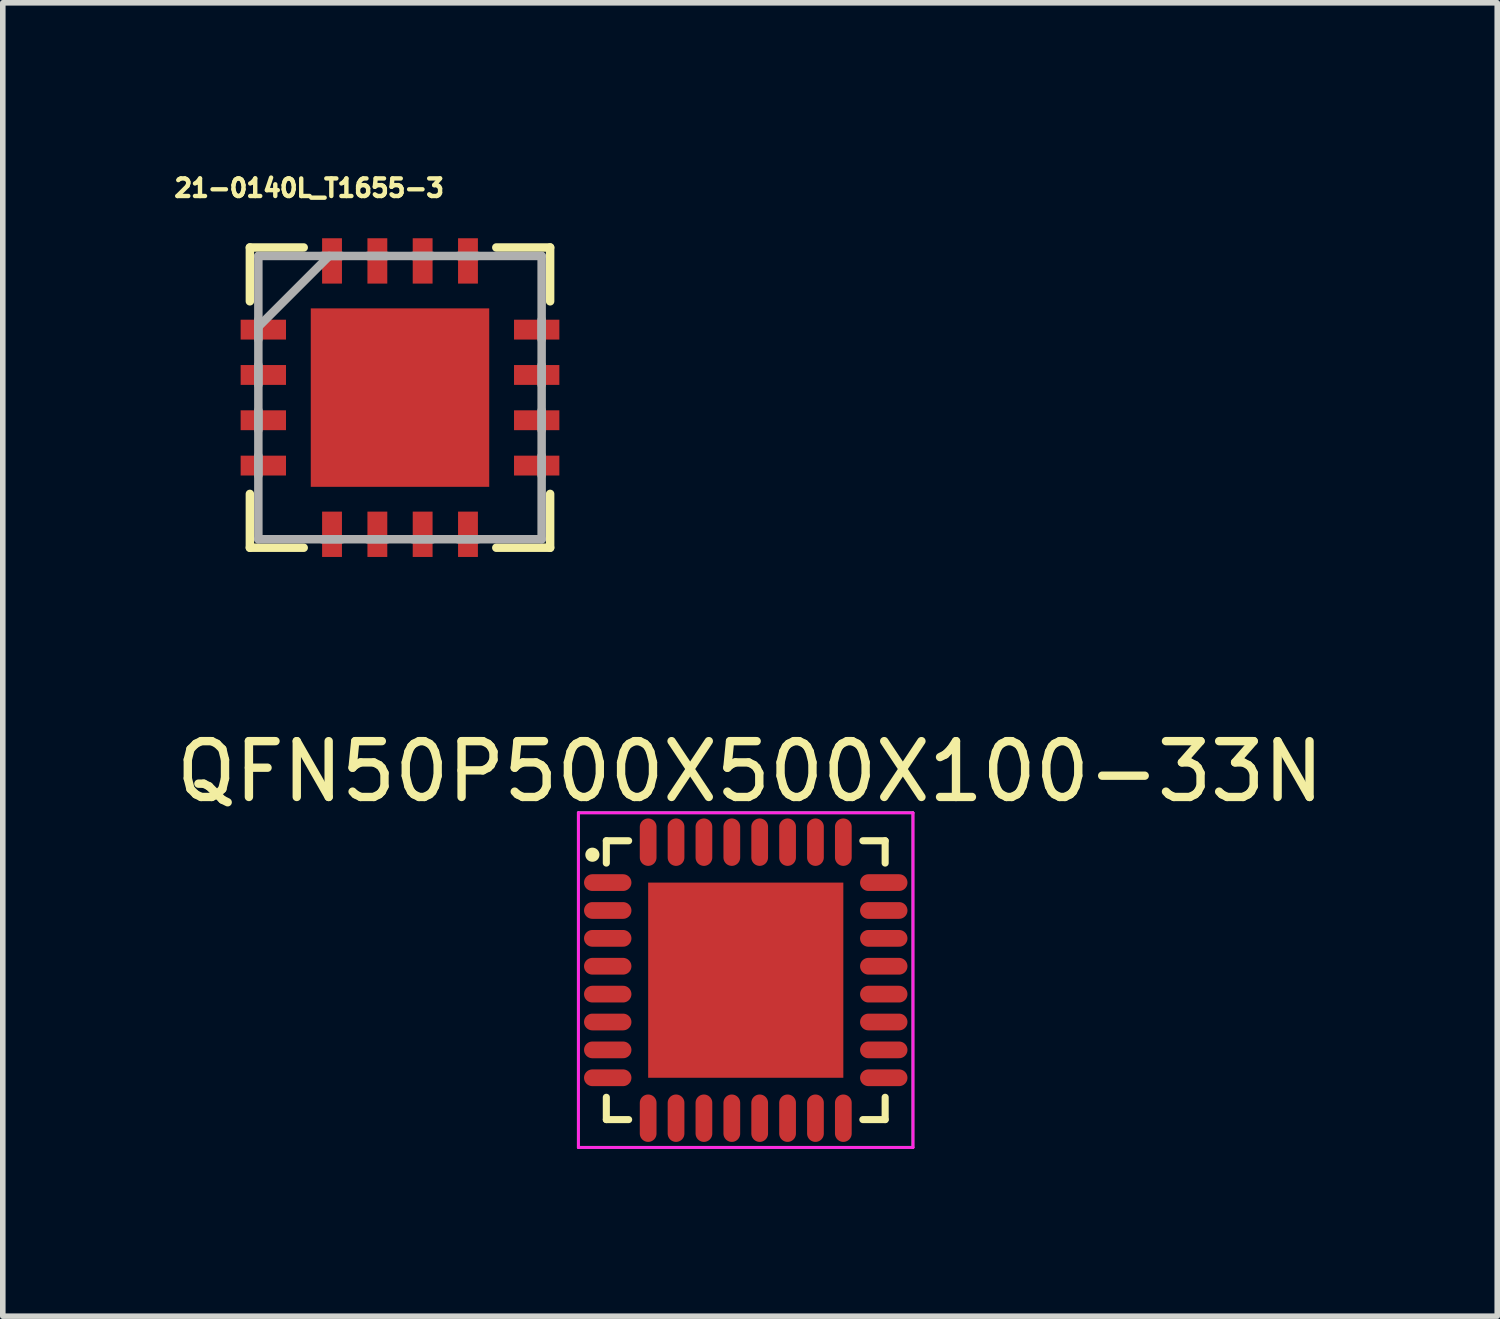
<source format=kicad_pcb>
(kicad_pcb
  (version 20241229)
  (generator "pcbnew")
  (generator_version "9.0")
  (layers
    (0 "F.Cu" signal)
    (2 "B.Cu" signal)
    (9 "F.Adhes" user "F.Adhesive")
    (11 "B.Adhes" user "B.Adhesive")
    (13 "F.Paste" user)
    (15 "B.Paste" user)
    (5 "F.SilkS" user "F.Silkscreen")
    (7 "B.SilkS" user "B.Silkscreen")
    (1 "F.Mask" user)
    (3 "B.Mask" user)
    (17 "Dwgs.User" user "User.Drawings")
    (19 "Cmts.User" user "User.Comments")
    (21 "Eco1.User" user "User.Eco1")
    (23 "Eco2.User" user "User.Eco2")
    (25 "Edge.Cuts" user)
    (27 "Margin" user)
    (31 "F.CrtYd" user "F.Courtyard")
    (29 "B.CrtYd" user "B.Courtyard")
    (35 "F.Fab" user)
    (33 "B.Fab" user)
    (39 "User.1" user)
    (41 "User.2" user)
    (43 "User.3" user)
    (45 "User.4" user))
  (footprint "21-0140L_T1655-3"
    (layer "F.Cu")
    (at 4.123 4.08)
    (property "Reference" "21-0140L_T1655-3" (at -1.629 -3.757 0) (layer "F.SilkS") (effects (font (size 0.315 0.315) (thickness 0.15))))
    (attr smd)
    (fp_line (start -2.692 -2.692) (end -2.692 -1.727) (stroke (width 0.152) (type solid)) (layer "F.SilkS"))
    (fp_line (start -2.692 1.727) (end -2.692 2.692) (stroke (width 0.152) (type solid)) (layer "F.SilkS"))
    (fp_line (start -2.692 2.692) (end -1.727 2.692) (stroke (width 0.152) (type solid)) (layer "F.SilkS"))
    (fp_line (start -1.727 -2.692) (end -2.692 -2.692) (stroke (width 0.152) (type solid)) (layer "F.SilkS"))
    (fp_line (start 1.727 2.692) (end 2.692 2.692) (stroke (width 0.152) (type solid)) (layer "F.SilkS"))
    (fp_line (start 2.692 -2.692) (end 1.727 -2.692) (stroke (width 0.152) (type solid)) (layer "F.SilkS"))
    (fp_line (start 2.692 -1.727) (end 2.692 -2.692) (stroke (width 0.152) (type solid)) (layer "F.SilkS"))
    (fp_line (start 2.692 2.692) (end 2.692 1.727) (stroke (width 0.152) (type solid)) (layer "F.SilkS"))
    (fp_poly (pts (xy -1.5 -1.5) (xy -1.5 -0.1) (xy -0.1 -0.1) (xy -0.1 -1.5)) (stroke (width 0.025) (type solid)) (fill yes) (layer "F.Paste"))
    (fp_poly (pts (xy -1.5 0.1) (xy -1.5 1.5) (xy -0.1 1.5) (xy -0.1 0.1)) (stroke (width 0.025) (type solid)) (fill yes) (layer "F.Paste"))
    (fp_poly (pts (xy 0.1 -1.5) (xy 0.1 -0.1) (xy 1.5 -0.1) (xy 1.5 -1.5)) (stroke (width 0.025) (type solid)) (fill yes) (layer "F.Paste"))
    (fp_poly (pts (xy 0.1 0.1) (xy 0.1 1.5) (xy 1.5 1.5) (xy 1.5 0.1)) (stroke (width 0.025) (type solid)) (fill yes) (layer "F.Paste"))
    (fp_line (start -2.54 -2.54) (end -2.54 2.54) (stroke (width 0.152) (type solid)) (layer "F.Fab"))
    (fp_line (start -2.54 -1.397) (end -2.54 -1.041) (stroke (width 0.152) (type solid)) (layer "F.Fab"))
    (fp_line (start -2.54 -1.27) (end -1.27 -2.54) (stroke (width 0.152) (type solid)) (layer "F.Fab"))
    (fp_line (start -2.54 -0.584) (end -2.54 -0.229) (stroke (width 0.152) (type solid)) (layer "F.Fab"))
    (fp_line (start -2.54 0.229) (end -2.54 0.584) (stroke (width 0.152) (type solid)) (layer "F.Fab"))
    (fp_line (start -2.54 1.041) (end -2.54 1.397) (stroke (width 0.152) (type solid)) (layer "F.Fab"))
    (fp_line (start -2.54 2.54) (end 2.54 2.54) (stroke (width 0.152) (type solid)) (layer "F.Fab"))
    (fp_line (start -1.397 2.54) (end -1.041 2.54) (stroke (width 0.152) (type solid)) (layer "F.Fab"))
    (fp_line (start -1.041 -2.54) (end -1.397 -2.54) (stroke (width 0.152) (type solid)) (layer "F.Fab"))
    (fp_line (start -0.584 2.54) (end -0.229 2.54) (stroke (width 0.152) (type solid)) (layer "F.Fab"))
    (fp_line (start -0.229 -2.54) (end -0.584 -2.54) (stroke (width 0.152) (type solid)) (layer "F.Fab"))
    (fp_line (start 0.229 2.54) (end 0.584 2.54) (stroke (width 0.152) (type solid)) (layer "F.Fab"))
    (fp_line (start 0.584 -2.54) (end 0.229 -2.54) (stroke (width 0.152) (type solid)) (layer "F.Fab"))
    (fp_line (start 1.041 2.54) (end 1.397 2.54) (stroke (width 0.152) (type solid)) (layer "F.Fab"))
    (fp_line (start 1.397 -2.54) (end 1.041 -2.54) (stroke (width 0.152) (type solid)) (layer "F.Fab"))
    (fp_line (start 2.54 -2.54) (end -2.54 -2.54) (stroke (width 0.152) (type solid)) (layer "F.Fab"))
    (fp_line (start 2.54 -1.041) (end 2.54 -1.397) (stroke (width 0.152) (type solid)) (layer "F.Fab"))
    (fp_line (start 2.54 -0.229) (end 2.54 -0.584) (stroke (width 0.152) (type solid)) (layer "F.Fab"))
    (fp_line (start 2.54 0.584) (end 2.54 0.229) (stroke (width 0.152) (type solid)) (layer "F.Fab"))
    (fp_line (start 2.54 1.397) (end 2.54 1.041) (stroke (width 0.152) (type solid)) (layer "F.Fab"))
    (fp_line (start 2.54 2.54) (end 2.54 -2.54) (stroke (width 0.152) (type solid)) (layer "F.Fab"))
    (pad "1" smd rect (at -2.451 -1.219 270) (size 0.356 0.813) (layers "F.Cu" "F.Mask" "F.Paste"))
    (pad "2" smd rect (at -2.451 -0.406 270) (size 0.356 0.813) (layers "F.Cu" "F.Mask" "F.Paste"))
    (pad "3" smd rect (at -2.451 0.406 270) (size 0.356 0.813) (layers "F.Cu" "F.Mask" "F.Paste"))
    (pad "4" smd rect (at -2.451 1.219 270) (size 0.356 0.813) (layers "F.Cu" "F.Mask" "F.Paste"))
    (pad "5" smd rect (at -1.219 2.451 180) (size 0.356 0.813) (layers "F.Cu" "F.Mask" "F.Paste"))
    (pad "6" smd rect (at -0.406 2.451 180) (size 0.356 0.813) (layers "F.Cu" "F.Mask" "F.Paste"))
    (pad "7" smd rect (at 0.406 2.451 180) (size 0.356 0.813) (layers "F.Cu" "F.Mask" "F.Paste"))
    (pad "8" smd rect (at 1.219 2.451 180) (size 0.356 0.813) (layers "F.Cu" "F.Mask" "F.Paste"))
    (pad "9" smd rect (at 2.451 1.219 270) (size 0.356 0.813) (layers "F.Cu" "F.Mask" "F.Paste"))
    (pad "10" smd rect (at 2.451 0.406 270) (size 0.356 0.813) (layers "F.Cu" "F.Mask" "F.Paste"))
    (pad "11" smd rect (at 2.451 -0.406 270) (size 0.356 0.813) (layers "F.Cu" "F.Mask" "F.Paste"))
    (pad "12" smd rect (at 2.451 -1.219 270) (size 0.356 0.813) (layers "F.Cu" "F.Mask" "F.Paste"))
    (pad "13" smd rect (at 1.219 -2.451 180) (size 0.356 0.813) (layers "F.Cu" "F.Mask" "F.Paste"))
    (pad "14" smd rect (at 0.406 -2.451 180) (size 0.356 0.813) (layers "F.Cu" "F.Mask" "F.Paste"))
    (pad "15" smd rect (at -0.406 -2.451 180) (size 0.356 0.813) (layers "F.Cu" "F.Mask" "F.Paste"))
    (pad "16" smd rect (at -1.219 -2.451 180) (size 0.356 0.813) (layers "F.Cu" "F.Mask" "F.Paste"))
    (pad "17" smd rect (at 0 0) (size 3.2 3.2) (layers "F.Cu" "F.Mask")))
  (footprint "QFN50P500X500X100-33N"
    (layer "F.Cu")
    (at 10.323 14.527)
    (property "Reference" "QFN50P500X500X100-33N" (at 0.076 -3.741 0) (layer "F.SilkS") (effects (font (size 1.001 1.001) (thickness 0.15))))
    (attr smd)
    (fp_line (start -2.5 -2.5) (end -2.5 -2.1) (stroke (width 0.127) (type solid)) (layer "F.SilkS"))
    (fp_line (start -2.5 2.1) (end -2.5 2.5) (stroke (width 0.127) (type solid)) (layer "F.SilkS"))
    (fp_line (start -2.5 2.5) (end -2.1 2.5) (stroke (width 0.127) (type solid)) (layer "F.SilkS"))
    (fp_line (start -2.1 -2.5) (end -2.5 -2.5) (stroke (width 0.127) (type solid)) (layer "F.SilkS"))
    (fp_line (start 2.1 -2.5) (end 2.5 -2.5) (stroke (width 0.127) (type solid)) (layer "F.SilkS"))
    (fp_line (start 2.1 2.5) (end 2.5 2.5) (stroke (width 0.127) (type solid)) (layer "F.SilkS"))
    (fp_line (start 2.5 -2.5) (end 2.5 -2.1) (stroke (width 0.127) (type solid)) (layer "F.SilkS"))
    (fp_line (start 2.5 2.5) (end 2.5 2.1) (stroke (width 0.127) (type solid)) (layer "F.SilkS"))
    (fp_circle (center -2.75 -2.25) (end -2.623 -2.25) (stroke (width 0) (type solid)) (fill yes) (layer "F.SilkS"))
    (fp_poly (pts (xy -1.102 -1.1) (xy 1.1 -1.1) (xy 1.1 1.102) (xy -1.102 1.102)) (stroke (width 0.01) (type solid)) (fill yes) (layer "F.Paste"))
    (fp_line (start -3 -3) (end 3 -3) (stroke (width 0.05) (type solid)) (layer "F.CrtYd"))
    (fp_line (start -3 3) (end -3 -3) (stroke (width 0.05) (type solid)) (layer "F.CrtYd"))
    (fp_line (start 3 -3) (end 3 3) (stroke (width 0.05) (type solid)) (layer "F.CrtYd"))
    (fp_line (start 3 3) (end -3 3) (stroke (width 0.05) (type solid)) (layer "F.CrtYd"))
    (fp_line (start -3.003 -3.003) (end 2.997 -3.003) (stroke (width 0.05) (type solid)) (layer "F.Fab"))
    (fp_line (start -3.003 2.997) (end -3.003 -3.003) (stroke (width 0.05) (type solid)) (layer "F.Fab"))
    (fp_line (start 2.997 -3.003) (end 2.997 2.997) (stroke (width 0.05) (type solid)) (layer "F.Fab"))
    (fp_line (start 2.997 2.997) (end -3.003 2.997) (stroke (width 0.05) (type solid)) (layer "F.Fab"))
    (pad "1" smd oval (at -2.475 -1.75) (size 0.85 0.3) (layers "F.Cu" "F.Paste"))
    (pad "2" smd oval (at -2.475 -1.25) (size 0.85 0.3) (layers "F.Cu" "F.Paste"))
    (pad "3" smd oval (at -2.475 -0.75) (size 0.85 0.3) (layers "F.Cu" "F.Paste"))
    (pad "4" smd oval (at -2.475 -0.25) (size 0.85 0.3) (layers "F.Cu" "F.Paste"))
    (pad "5" smd oval (at -2.475 0.25) (size 0.85 0.3) (layers "F.Cu" "F.Paste"))
    (pad "6" smd oval (at -2.475 0.75) (size 0.85 0.3) (layers "F.Cu" "F.Paste"))
    (pad "7" smd oval (at -2.475 1.25) (size 0.85 0.3) (layers "F.Cu" "F.Paste"))
    (pad "8" smd oval (at -2.475 1.75) (size 0.85 0.3) (layers "F.Cu" "F.Paste"))
    (pad "9" smd oval (at -1.75 2.475 90) (size 0.85 0.3) (layers "F.Cu" "F.Paste"))
    (pad "10" smd oval (at -1.25 2.475 90) (size 0.85 0.3) (layers "F.Cu" "F.Paste"))
    (pad "11" smd oval (at -0.75 2.475 90) (size 0.85 0.3) (layers "F.Cu" "F.Paste"))
    (pad "12" smd oval (at -0.25 2.475 90) (size 0.85 0.3) (layers "F.Cu" "F.Paste"))
    (pad "13" smd oval (at 0.25 2.475 90) (size 0.85 0.3) (layers "F.Cu" "F.Paste"))
    (pad "14" smd oval (at 0.75 2.475 90) (size 0.85 0.3) (layers "F.Cu" "F.Paste"))
    (pad "15" smd oval (at 1.25 2.475 90) (size 0.85 0.3) (layers "F.Cu" "F.Paste"))
    (pad "16" smd oval (at 1.75 2.475 90) (size 0.85 0.3) (layers "F.Cu" "F.Paste"))
    (pad "17" smd oval (at 2.475 1.75 180) (size 0.85 0.3) (layers "F.Cu" "F.Paste"))
    (pad "18" smd oval (at 2.475 1.25 180) (size 0.85 0.3) (layers "F.Cu" "F.Paste"))
    (pad "19" smd oval (at 2.475 0.75 180) (size 0.85 0.3) (layers "F.Cu" "F.Paste"))
    (pad "20" smd oval (at 2.475 0.25 180) (size 0.85 0.3) (layers "F.Cu" "F.Paste"))
    (pad "21" smd oval (at 2.475 -0.25 180) (size 0.85 0.3) (layers "F.Cu" "F.Paste"))
    (pad "22" smd oval (at 2.475 -0.75 180) (size 0.85 0.3) (layers "F.Cu" "F.Paste"))
    (pad "23" smd oval (at 2.475 -1.25 180) (size 0.85 0.3) (layers "F.Cu" "F.Paste"))
    (pad "24" smd oval (at 2.475 -1.75 180) (size 0.85 0.3) (layers "F.Cu" "F.Paste"))
    (pad "25" smd oval (at 1.75 -2.475 270) (size 0.85 0.3) (layers "F.Cu" "F.Mask" "F.Paste"))
    (pad "26" smd oval (at 1.25 -2.475 270) (size 0.85 0.3) (layers "F.Cu" "F.Paste"))
    (pad "27" smd oval (at 0.75 -2.475 270) (size 0.85 0.3) (layers "F.Cu" "F.Paste"))
    (pad "28" smd oval (at 0.25 -2.475 270) (size 0.85 0.3) (layers "F.Cu" "F.Paste"))
    (pad "29" smd oval (at -0.25 -2.475 270) (size 0.85 0.3) (layers "F.Cu" "F.Paste"))
    (pad "30" smd oval (at -0.75 -2.475 270) (size 0.85 0.3) (layers "F.Cu" "F.Paste"))
    (pad "31" smd oval (at -1.25 -2.475 270) (size 0.85 0.3) (layers "F.Cu" "F.Paste"))
    (pad "32" smd oval (at -1.75 -2.475 270) (size 0.85 0.3) (layers "F.Cu" "F.Paste"))
    (pad "33" smd rect (at 0 0) (size 3.5 3.5) (layers "F.Cu" "F.Mask")))
  (gr_rect
    (start -3 -3)
    (end 23.799 20.552)
    (stroke (width 0.1) (type default))
    (fill no)
    (layer "Edge.Cuts")))
</source>
